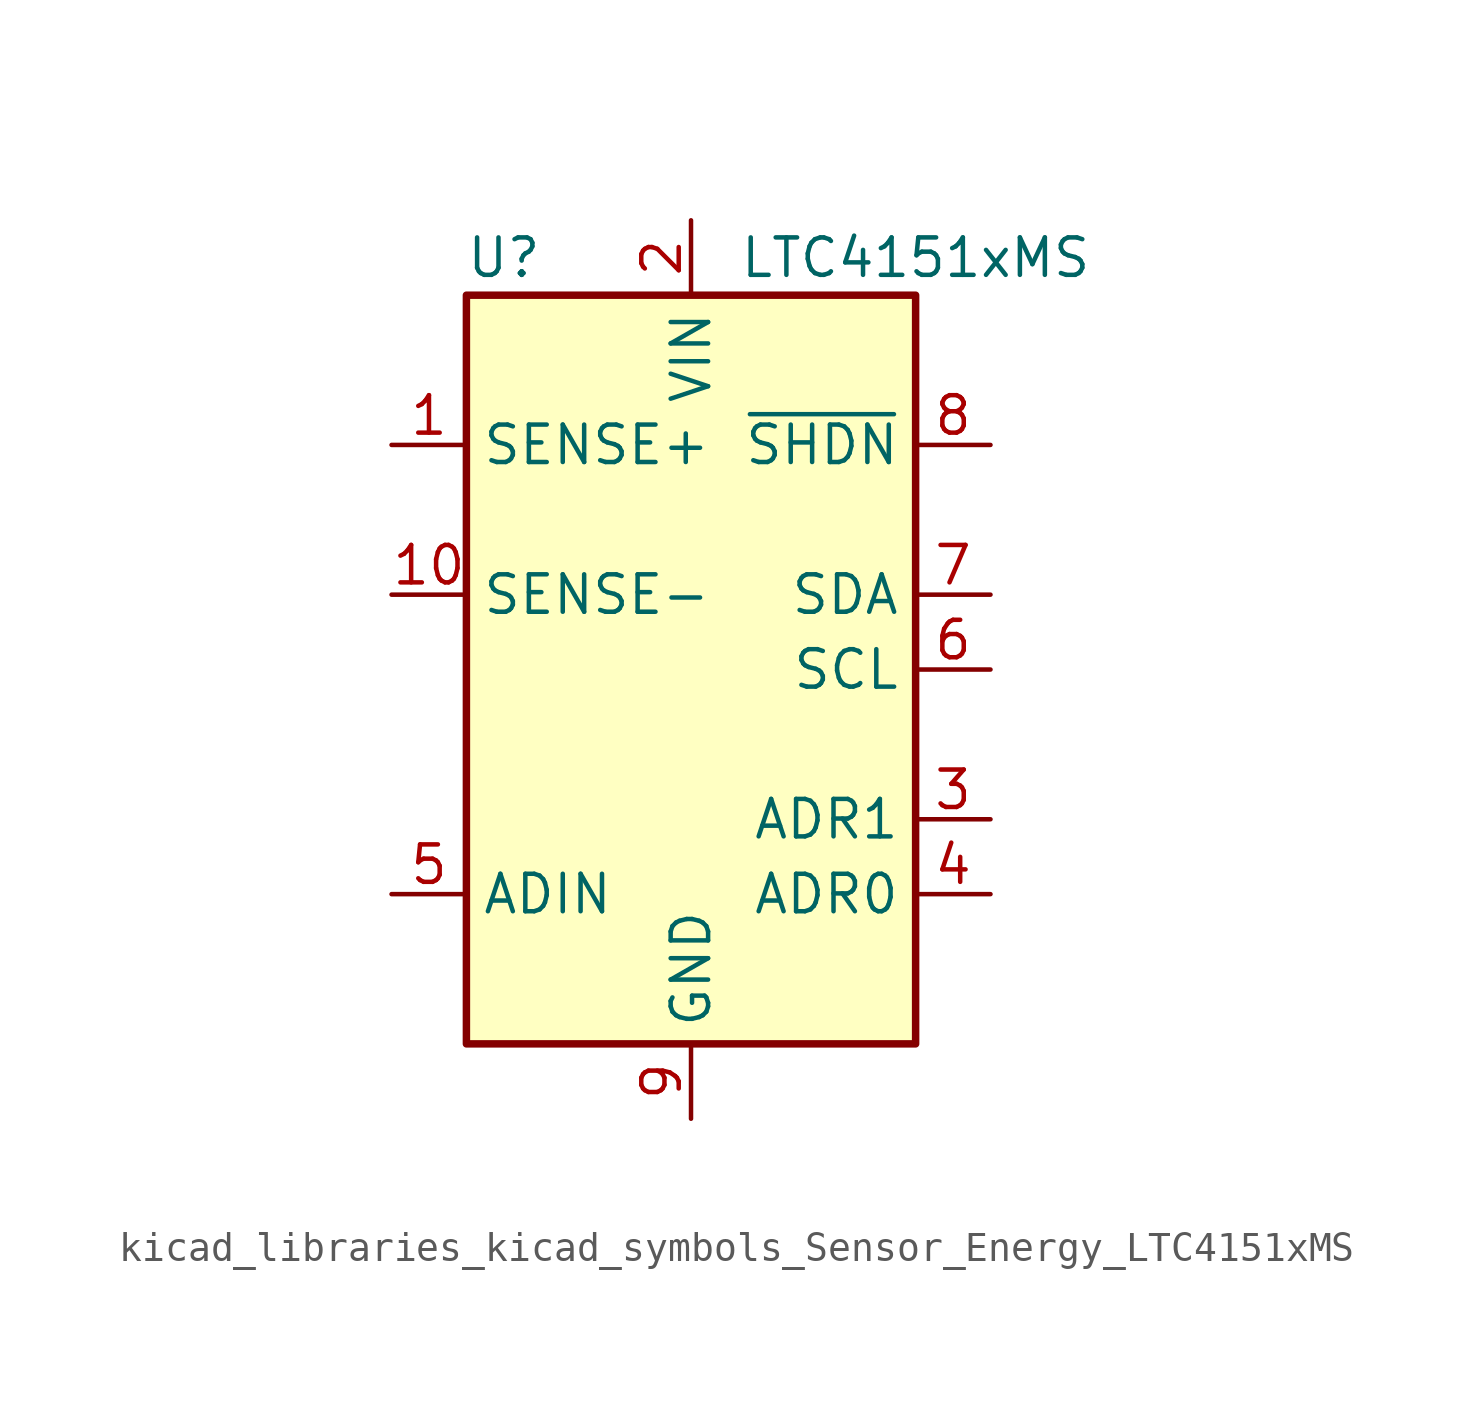
<source format=kicad_sym>
(kicad_symbol_lib
  (version 20220914)
  (generator kicad_symbol_editor)
  (symbol "kicad_libraries_kicad_symbols_Sensor_Energy_LTC4151xMS"
    (property "Reference" "U"
      (at -6.35 13.97 0)
      (effects (font (size 1.27 1.27))))
    (property "Value" "LTC4151xMS"
      (at 7.62 13.97 0)
      (effects (font (size 1.27 1.27))))
    (symbol "kicad_libraries_kicad_symbols_Sensor_Energy_LTC4151xMS_0_1"
      (rectangle (start -7.62 12.7) (end 7.62 -12.7) (stroke (width 0.254) (type default)) (fill (type background))))
    (symbol "kicad_libraries_kicad_symbols_Sensor_Energy_LTC4151xMS_1_1"
      (pin input line (at -10.16 7.62 0) (length 2.54) (name "SENSE+" (effects (font (size 1.27 1.27)))) (number "1" (effects (font (size 1.27 1.27)))))
      (pin input line (at -10.16 2.54 0) (length 2.54) (name "SENSE-" (effects (font (size 1.27 1.27)))) (number "10" (effects (font (size 1.27 1.27)))))
      (pin power_in line (at 0 15.24 270) (length 2.54) (name "VIN" (effects (font (size 1.27 1.27)))) (number "2" (effects (font (size 1.27 1.27)))))
      (pin input line (at 10.16 -5.08 180) (length 2.54) (name "ADR1" (effects (font (size 1.27 1.27)))) (number "3" (effects (font (size 1.27 1.27)))))
      (pin input line (at 10.16 -7.62 180) (length 2.54) (name "ADR0" (effects (font (size 1.27 1.27)))) (number "4" (effects (font (size 1.27 1.27)))))
      (pin input line (at -10.16 -7.62 0) (length 2.54) (name "ADIN" (effects (font (size 1.27 1.27)))) (number "5" (effects (font (size 1.27 1.27)))))
      (pin input line (at 10.16 0 180) (length 2.54) (name "SCL" (effects (font (size 1.27 1.27)))) (number "6" (effects (font (size 1.27 1.27)))))
      (pin bidirectional line (at 10.16 2.54 180) (length 2.54) (name "SDA" (effects (font (size 1.27 1.27)))) (number "7" (effects (font (size 1.27 1.27)))))
      (pin input line (at 10.16 7.62 180) (length 2.54) (name "~{SHDN}" (effects (font (size 1.27 1.27)))) (number "8" (effects (font (size 1.27 1.27)))))
      (pin power_in line (at 0 -15.24 90) (length 2.54) (name "GND" (effects (font (size 1.27 1.27)))) (number "9" (effects (font (size 1.27 1.27))))))))
</source>
